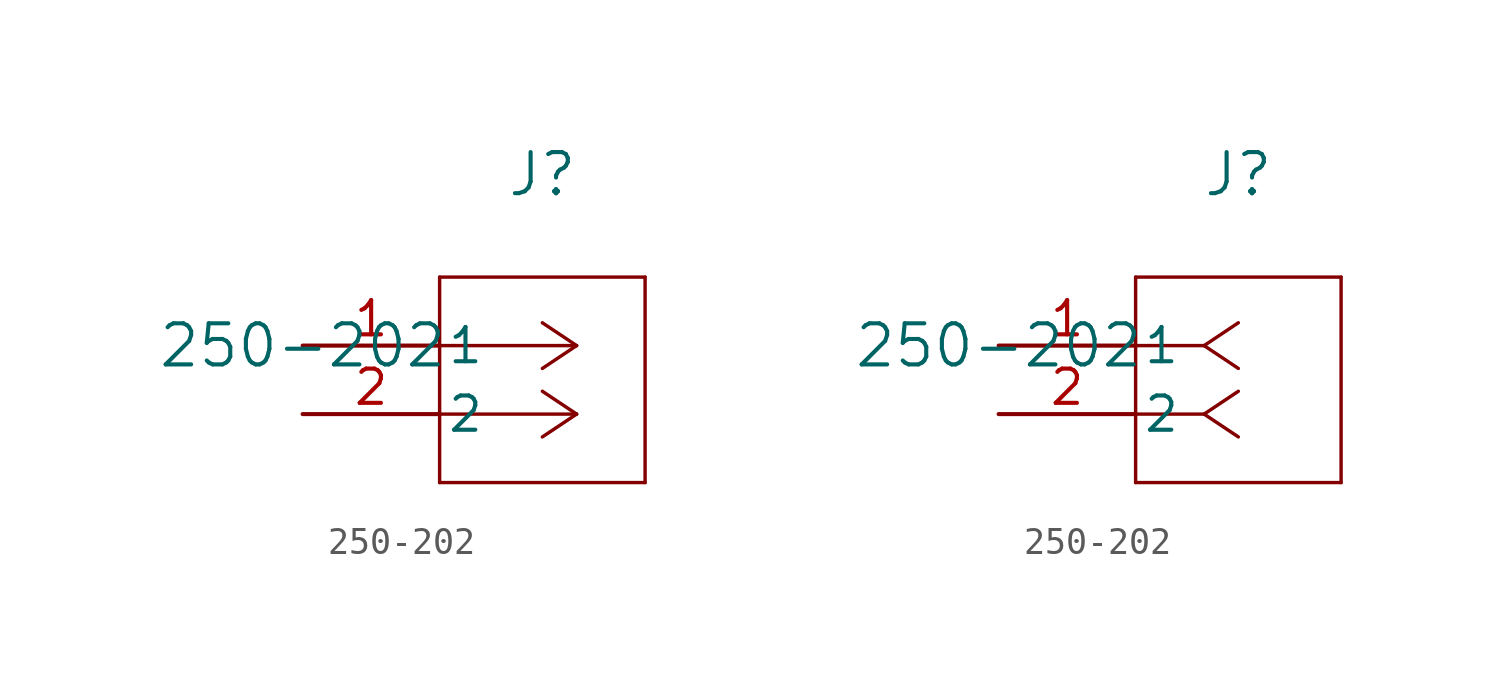
<source format=kicad_sym>
(kicad_symbol_lib
  (version 20211014)
  (generator kicad_symbol_editor)
  (symbol "250-202"
    (pin_names
      (offset 0.254))
    (property "Reference" "J"
      (at 8.89 6.35 0)
      (effects (font (size 1.524 1.524))))
    (property "Value" "250-202"
      (at 0 0 0)
      (effects (font (size 1.524 1.524))))
    (symbol "250-202_1_1"
      (polyline (pts (xy 10.16 0) (xy 5.08 0)) (stroke (width 0.127) (type default) (color 0 0 0 0)) (fill (type none)))
      (polyline (pts (xy 10.16 -2.54) (xy 5.08 -2.54)) (stroke (width 0.127) (type default) (color 0 0 0 0)) (fill (type none)))
      (polyline (pts (xy 10.16 0) (xy 8.89 0.847)) (stroke (width 0.127) (type default) (color 0 0 0 0)) (fill (type none)))
      (polyline (pts (xy 10.16 -2.54) (xy 8.89 -1.693)) (stroke (width 0.127) (type default) (color 0 0 0 0)) (fill (type none)))
      (polyline (pts (xy 10.16 0) (xy 8.89 -0.847)) (stroke (width 0.127) (type default) (color 0 0 0 0)) (fill (type none)))
      (polyline (pts (xy 10.16 -2.54) (xy 8.89 -3.387)) (stroke (width 0.127) (type default) (color 0 0 0 0)) (fill (type none)))
      (polyline (pts (xy 5.08 2.54) (xy 5.08 -5.08)) (stroke (width 0.127) (type default) (color 0 0 0 0)) (fill (type none)))
      (polyline (pts (xy 5.08 -5.08) (xy 12.7 -5.08)) (stroke (width 0.127) (type default) (color 0 0 0 0)) (fill (type none)))
      (polyline (pts (xy 12.7 -5.08) (xy 12.7 2.54)) (stroke (width 0.127) (type default) (color 0 0 0 0)) (fill (type none)))
      (polyline (pts (xy 12.7 2.54) (xy 5.08 2.54)) (stroke (width 0.127) (type default) (color 0 0 0 0)) (fill (type none)))
      (pin unspecified line (at 0 0 0) (length 5.08) (name "1" (effects (font (size 1.27 1.27)))) (number "1" (effects (font (size 1.27 1.27)))))
      (pin unspecified line (at 0 -2.54 0) (length 5.08) (name "2" (effects (font (size 1.27 1.27)))) (number "2" (effects (font (size 1.27 1.27))))))
    (symbol "250-202_1_2"
      (polyline (pts (xy 7.62 0) (xy 5.08 0)) (stroke (width 0.127) (type default) (color 0 0 0 0)) (fill (type none)))
      (polyline (pts (xy 7.62 -2.54) (xy 5.08 -2.54)) (stroke (width 0.127) (type default) (color 0 0 0 0)) (fill (type none)))
      (polyline (pts (xy 7.62 0) (xy 8.89 0.847)) (stroke (width 0.127) (type default) (color 0 0 0 0)) (fill (type none)))
      (polyline (pts (xy 7.62 -2.54) (xy 8.89 -1.693)) (stroke (width 0.127) (type default) (color 0 0 0 0)) (fill (type none)))
      (polyline (pts (xy 7.62 0) (xy 8.89 -0.847)) (stroke (width 0.127) (type default) (color 0 0 0 0)) (fill (type none)))
      (polyline (pts (xy 7.62 -2.54) (xy 8.89 -3.387)) (stroke (width 0.127) (type default) (color 0 0 0 0)) (fill (type none)))
      (polyline (pts (xy 5.08 2.54) (xy 5.08 -5.08)) (stroke (width 0.127) (type default) (color 0 0 0 0)) (fill (type none)))
      (polyline (pts (xy 5.08 -5.08) (xy 12.7 -5.08)) (stroke (width 0.127) (type default) (color 0 0 0 0)) (fill (type none)))
      (polyline (pts (xy 12.7 -5.08) (xy 12.7 2.54)) (stroke (width 0.127) (type default) (color 0 0 0 0)) (fill (type none)))
      (polyline (pts (xy 12.7 2.54) (xy 5.08 2.54)) (stroke (width 0.127) (type default) (color 0 0 0 0)) (fill (type none)))
      (pin unspecified line (at 0 0 0) (length 5.08) (name "1" (effects (font (size 1.27 1.27)))) (number "1" (effects (font (size 1.27 1.27)))))
      (pin unspecified line (at 0 -2.54 0) (length 5.08) (name "2" (effects (font (size 1.27 1.27)))) (number "2" (effects (font (size 1.27 1.27))))))))
</source>
